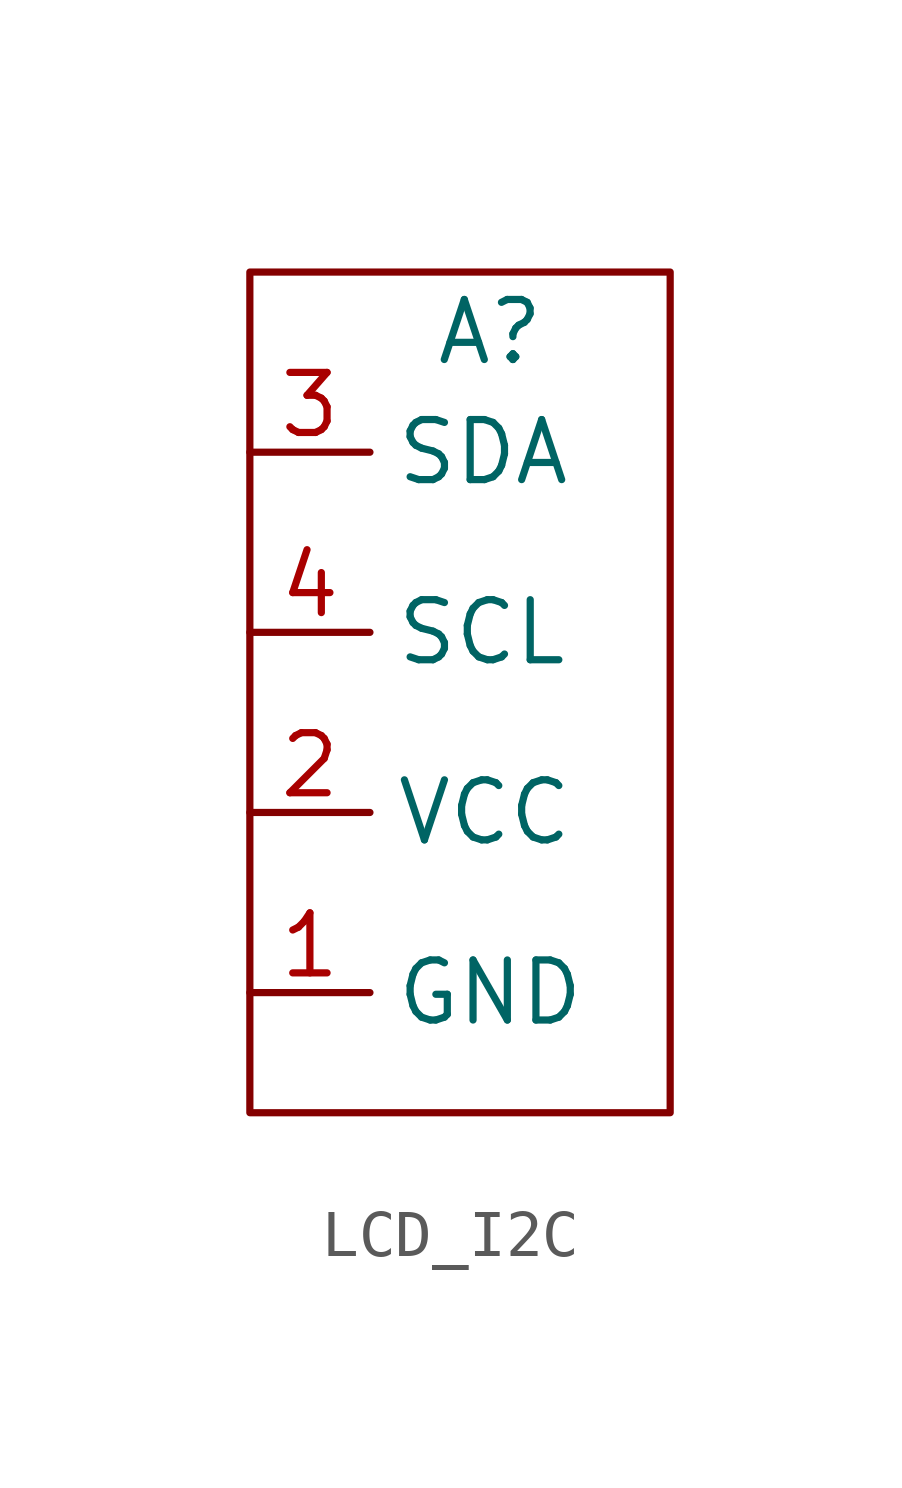
<source format=kicad_sym>
(kicad_symbol_lib
  (version 20220914)
  (generator kicad_symbol_editor)
  (symbol "LCD_I2C"
    (property "Reference" "A"
      (at 0 0 0)
      (effects (font (size 1.27 1.27))))
    (property "Value" ""
      (at 0 0 0)
      (effects (font (size 1.27 1.27))))
    (symbol "LCD_I2C_0_1"
      (rectangle (start -5.08 1.27) (end 3.81 -16.51) (stroke (width 0) (type default)) (fill (type none))))
    (symbol "LCD_I2C_1_1"
      (pin power_in line (at -5.08 -13.97 0) (length 2.54) (name "GND" (effects (font (size 1.27 1.27)))) (number "1" (effects (font (size 1.27 1.27)))))
      (pin power_in line (at -5.08 -10.16 0) (length 2.54) (name "VCC" (effects (font (size 1.27 1.27)))) (number "2" (effects (font (size 1.27 1.27)))))
      (pin input line (at -5.08 -2.54 0) (length 2.54) (name "SDA" (effects (font (size 1.27 1.27)))) (number "3" (effects (font (size 1.27 1.27)))))
      (pin input line (at -5.08 -6.35 0) (length 2.54) (name "SCL" (effects (font (size 1.27 1.27)))) (number "4" (effects (font (size 1.27 1.27))))))))
</source>
